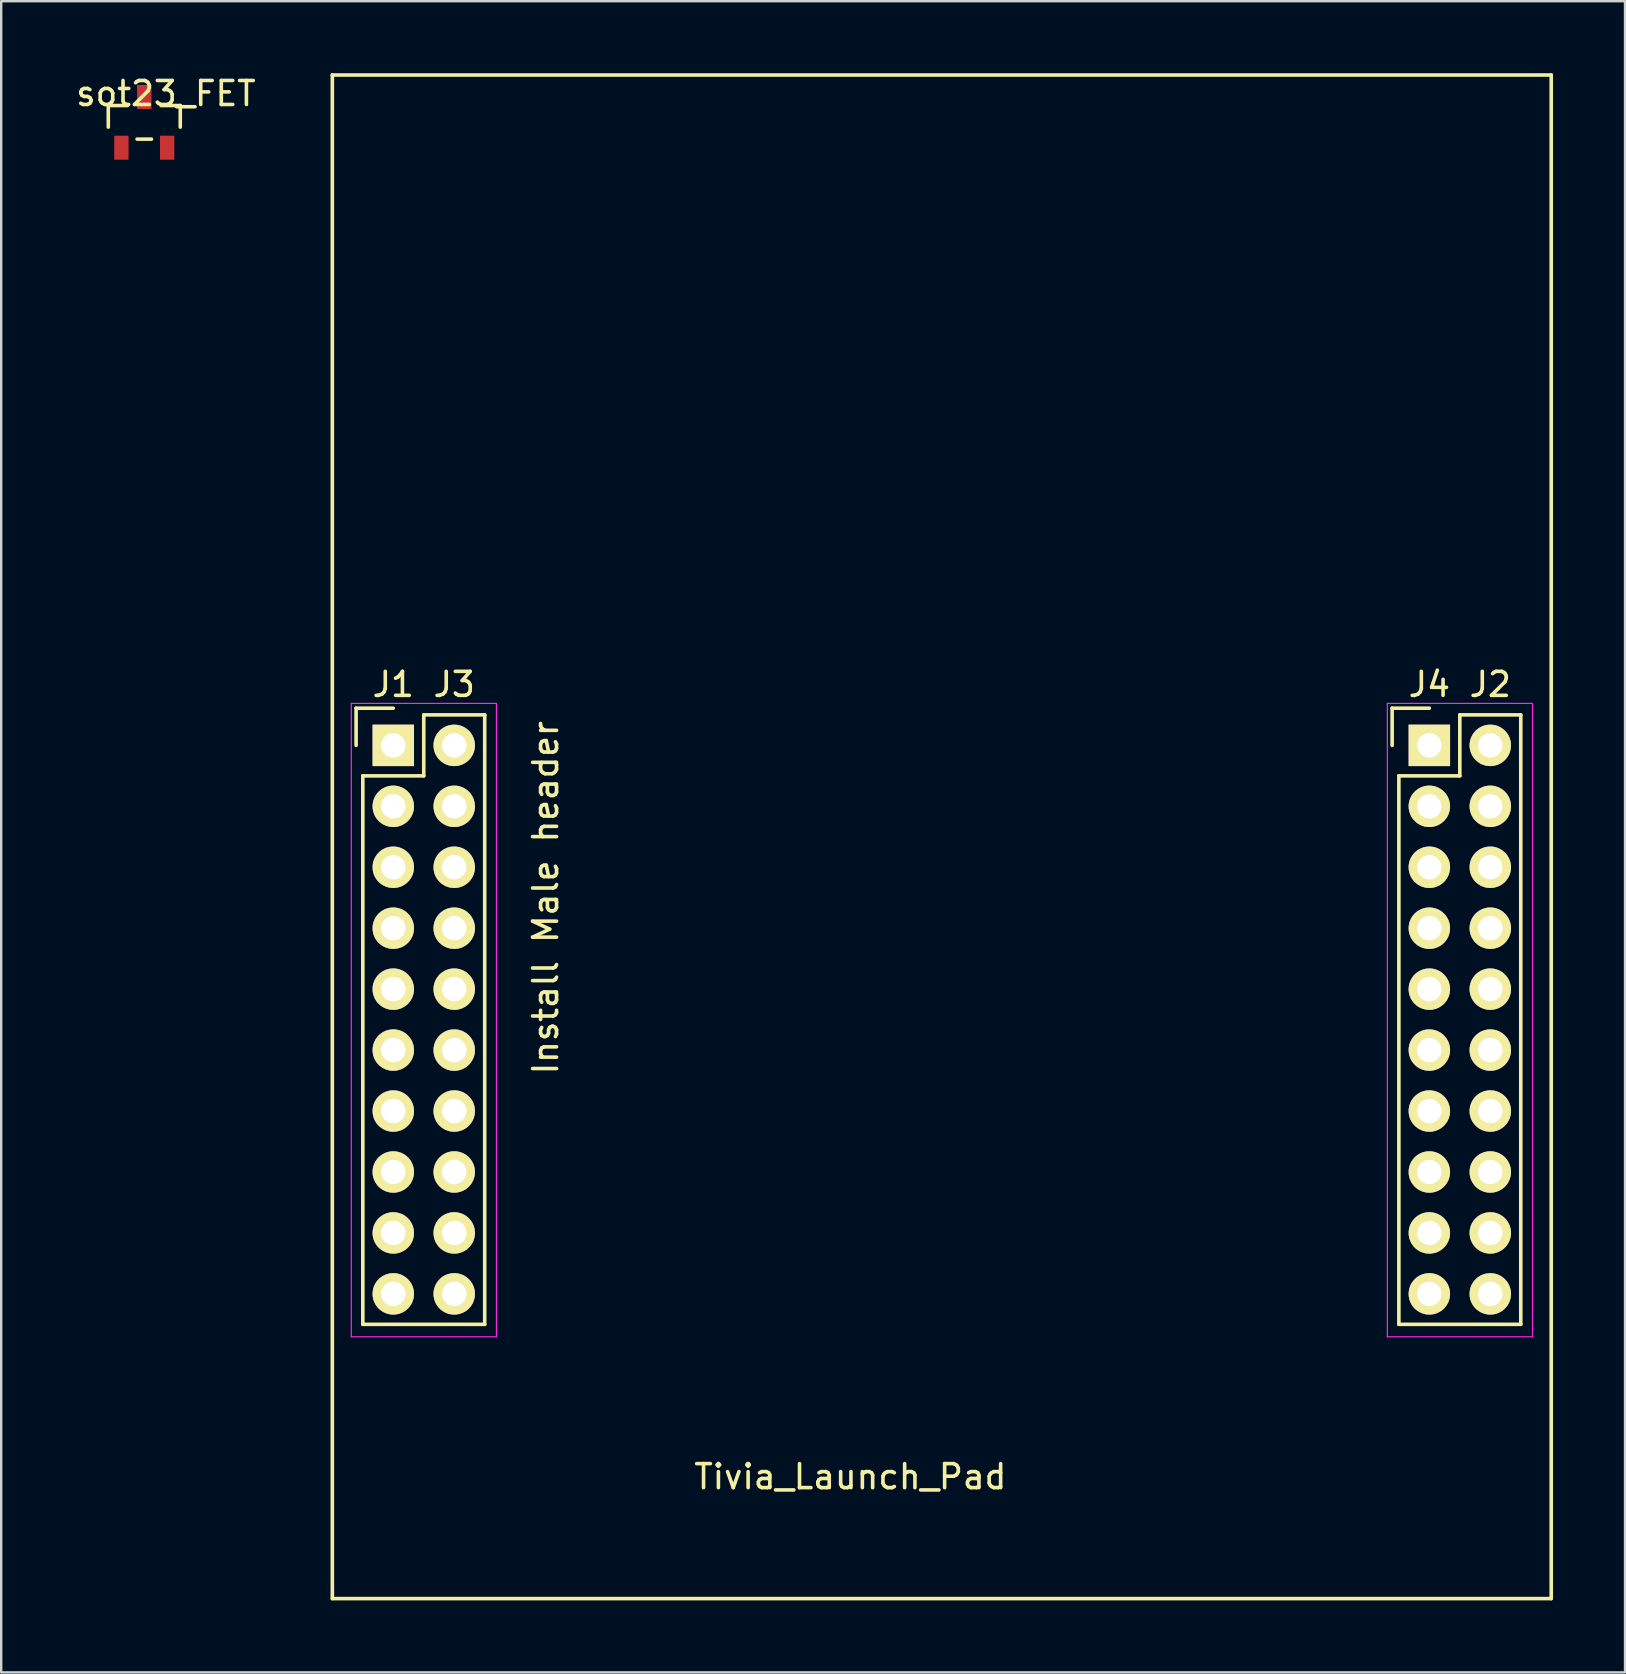
<source format=kicad_pcb>
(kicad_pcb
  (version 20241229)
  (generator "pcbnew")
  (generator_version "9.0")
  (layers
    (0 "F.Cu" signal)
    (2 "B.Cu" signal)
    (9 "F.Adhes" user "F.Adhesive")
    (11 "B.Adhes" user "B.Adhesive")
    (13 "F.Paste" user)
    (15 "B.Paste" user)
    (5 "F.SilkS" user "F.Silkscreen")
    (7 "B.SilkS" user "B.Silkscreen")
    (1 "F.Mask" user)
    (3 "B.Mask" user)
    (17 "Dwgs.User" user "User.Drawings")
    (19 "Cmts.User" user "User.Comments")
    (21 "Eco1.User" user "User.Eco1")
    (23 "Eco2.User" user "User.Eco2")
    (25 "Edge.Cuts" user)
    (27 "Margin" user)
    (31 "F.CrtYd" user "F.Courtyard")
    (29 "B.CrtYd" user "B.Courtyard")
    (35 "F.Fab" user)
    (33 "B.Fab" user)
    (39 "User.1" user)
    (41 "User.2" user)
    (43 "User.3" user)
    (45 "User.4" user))
  (footprint "sot23_FET"
    (layer "F.Cu")
    (at 2.963 2.048)
    (property "Reference" "sot23_FET" (at 0.9 -1.2 0) (layer "F.SilkS") (effects (font (size 1 1) (thickness 0.15))))
    (attr smd)
    (fp_line (start -1.5 -0.7) (end -0.7 -0.7) (stroke (width 0.15) (type solid)) (layer "F.SilkS"))
    (fp_line (start -1.5 0.2) (end -1.5 -0.7) (stroke (width 0.15) (type solid)) (layer "F.SilkS"))
    (fp_line (start 0.3 0.7) (end -0.3 0.7) (stroke (width 0.15) (type solid)) (layer "F.SilkS"))
    (fp_line (start 1.5 -0.7) (end 0.7 -0.7) (stroke (width 0.15) (type solid)) (layer "F.SilkS"))
    (fp_line (start 1.5 0.2) (end 1.5 -0.7) (stroke (width 0.15) (type solid)) (layer "F.SilkS"))
    (pad "D" smd rect (at 0 -1.057) (size 0.599 1.001) (layers "F.Cu" "F.Mask" "F.Paste"))
    (pad "G" smd rect (at -0.953 1.057) (size 0.599 1.001) (layers "F.Cu" "F.Mask" "F.Paste"))
    (pad "S" smd rect (at 0.953 1.057) (size 0.599 1.001) (layers "F.Cu" "F.Mask" "F.Paste")))
  (footprint "Tivia_Launch_Pad"
    (layer "F.Cu")
    (at 13.341 50.875)
    (property "Reference" "Tivia_Launch_Pad" (at 19.05 7.62 0) (layer "F.SilkS") (effects (font (size 1 1) (thickness 0.15))))
    (attr through_hole)
    (fp_line (start -2.54 -50.8) (end -2.54 12.7) (stroke (width 0.15) (type solid)) (layer "F.SilkS"))
    (fp_line (start -2.54 12.7) (end 48.26 12.7) (stroke (width 0.15) (type solid)) (layer "F.SilkS"))
    (fp_line (start -1.55 -24.41) (end -1.55 -22.86) (stroke (width 0.15) (type solid)) (layer "F.SilkS"))
    (fp_line (start -1.27 -21.59) (end -1.27 1.27) (stroke (width 0.15) (type solid)) (layer "F.SilkS"))
    (fp_line (start 0 -24.41) (end -1.55 -24.41) (stroke (width 0.15) (type solid)) (layer "F.SilkS"))
    (fp_line (start 1.27 -24.13) (end 1.27 -21.59) (stroke (width 0.15) (type solid)) (layer "F.SilkS"))
    (fp_line (start 1.27 -21.59) (end -1.27 -21.59) (stroke (width 0.15) (type solid)) (layer "F.SilkS"))
    (fp_line (start 3.81 -24.13) (end 1.27 -24.13) (stroke (width 0.15) (type solid)) (layer "F.SilkS"))
    (fp_line (start 3.81 1.27) (end -1.27 1.27) (stroke (width 0.15) (type solid)) (layer "F.SilkS"))
    (fp_line (start 3.81 1.27) (end 3.81 -24.13) (stroke (width 0.15) (type solid)) (layer "F.SilkS"))
    (fp_line (start 41.63 -24.41) (end 41.63 -22.86) (stroke (width 0.15) (type solid)) (layer "F.SilkS"))
    (fp_line (start 41.91 -21.59) (end 41.91 1.27) (stroke (width 0.15) (type solid)) (layer "F.SilkS"))
    (fp_line (start 43.18 -24.41) (end 41.63 -24.41) (stroke (width 0.15) (type solid)) (layer "F.SilkS"))
    (fp_line (start 44.45 -24.13) (end 44.45 -21.59) (stroke (width 0.15) (type solid)) (layer "F.SilkS"))
    (fp_line (start 44.45 -21.59) (end 41.91 -21.59) (stroke (width 0.15) (type solid)) (layer "F.SilkS"))
    (fp_line (start 46.99 -24.13) (end 44.45 -24.13) (stroke (width 0.15) (type solid)) (layer "F.SilkS"))
    (fp_line (start 46.99 1.27) (end 41.91 1.27) (stroke (width 0.15) (type solid)) (layer "F.SilkS"))
    (fp_line (start 46.99 1.27) (end 46.99 -24.13) (stroke (width 0.15) (type solid)) (layer "F.SilkS"))
    (fp_line (start 48.26 -50.8) (end -2.54 -50.8) (stroke (width 0.15) (type solid)) (layer "F.SilkS"))
    (fp_line (start 48.26 12.7) (end 48.26 -50.8) (stroke (width 0.15) (type solid)) (layer "F.SilkS"))
    (fp_line (start -1.75 -24.61) (end -1.75 1.79) (stroke (width 0.05) (type solid)) (layer "F.CrtYd"))
    (fp_line (start -1.75 -24.61) (end 4.3 -24.61) (stroke (width 0.05) (type solid)) (layer "F.CrtYd"))
    (fp_line (start -1.75 1.79) (end 4.3 1.79) (stroke (width 0.05) (type solid)) (layer "F.CrtYd"))
    (fp_line (start 4.3 -24.61) (end 4.3 1.79) (stroke (width 0.05) (type solid)) (layer "F.CrtYd"))
    (fp_line (start 41.43 -24.61) (end 41.43 1.79) (stroke (width 0.05) (type solid)) (layer "F.CrtYd"))
    (fp_line (start 41.43 -24.61) (end 47.48 -24.61) (stroke (width 0.05) (type solid)) (layer "F.CrtYd"))
    (fp_line (start 41.43 1.79) (end 47.48 1.79) (stroke (width 0.05) (type solid)) (layer "F.CrtYd"))
    (fp_line (start 47.48 -24.61) (end 47.48 1.79) (stroke (width 0.05) (type solid)) (layer "F.CrtYd"))
    (fp_text user "J1" (at 0 -25.4 0) (layer "F.SilkS") (effects (font (size 1 1) (thickness 0.15))))
    (fp_text user "J4" (at 43.18 -25.4 0) (layer "F.SilkS") (effects (font (size 1 1) (thickness 0.15))))
    (fp_text user "J3" (at 2.54 -25.4 0) (layer "F.SilkS") (effects (font (size 1 1) (thickness 0.15))))
    (fp_text user "J2" (at 45.72 -25.4 0) (layer "F.SilkS") (effects (font (size 1 1) (thickness 0.15))))
    (fp_text user "Install Male header" (at 6.35 -16.51 90) (layer "F.SilkS") (effects (font (size 1 1) (thickness 0.15))))
    (pad "1" thru_hole rect (at 0 -22.86) (size 1.727 1.727) (drill 1.016) (layers "*.Cu" "*.Mask" "F.SilkS"))
    (pad "2" thru_hole oval (at 0 -20.32) (size 1.727 1.727) (drill 1.016) (layers "*.Cu" "*.Mask" "F.SilkS"))
    (pad "3" thru_hole oval (at 0 -17.78) (size 1.727 1.727) (drill 1.016) (layers "*.Cu" "*.Mask" "F.SilkS"))
    (pad "4" thru_hole oval (at 0 -15.24) (size 1.727 1.727) (drill 1.016) (layers "*.Cu" "*.Mask" "F.SilkS"))
    (pad "5" thru_hole oval (at 0 -12.7) (size 1.727 1.727) (drill 1.016) (layers "*.Cu" "*.Mask" "F.SilkS"))
    (pad "6" thru_hole oval (at 0 -10.16) (size 1.727 1.727) (drill 1.016) (layers "*.Cu" "*.Mask" "F.SilkS"))
    (pad "7" thru_hole oval (at 0 -7.62) (size 1.727 1.727) (drill 1.016) (layers "*.Cu" "*.Mask" "F.SilkS"))
    (pad "8" thru_hole oval (at 0 -5.08) (size 1.727 1.727) (drill 1.016) (layers "*.Cu" "*.Mask" "F.SilkS"))
    (pad "9" thru_hole oval (at 0 -2.54) (size 1.727 1.727) (drill 1.016) (layers "*.Cu" "*.Mask" "F.SilkS"))
    (pad "10" thru_hole oval (at 0 0) (size 1.727 1.727) (drill 1.016) (layers "*.Cu" "*.Mask" "F.SilkS"))
    (pad "11" thru_hole oval (at 45.72 -22.86) (size 1.727 1.727) (drill 1.016) (layers "*.Cu" "*.Mask" "F.SilkS"))
    (pad "12" thru_hole oval (at 45.72 -20.32) (size 1.727 1.727) (drill 1.016) (layers "*.Cu" "*.Mask" "F.SilkS"))
    (pad "13" thru_hole oval (at 45.72 -17.78) (size 1.727 1.727) (drill 1.016) (layers "*.Cu" "*.Mask" "F.SilkS"))
    (pad "14" thru_hole oval (at 45.72 -15.24) (size 1.727 1.727) (drill 1.016) (layers "*.Cu" "*.Mask" "F.SilkS"))
    (pad "15" thru_hole oval (at 45.72 -12.7) (size 1.727 1.727) (drill 1.016) (layers "*.Cu" "*.Mask" "F.SilkS"))
    (pad "16" thru_hole oval (at 45.72 -10.16) (size 1.727 1.727) (drill 1.016) (layers "*.Cu" "*.Mask" "F.SilkS"))
    (pad "17" thru_hole oval (at 45.72 -7.62) (size 1.727 1.727) (drill 1.016) (layers "*.Cu" "*.Mask" "F.SilkS"))
    (pad "18" thru_hole oval (at 45.72 -5.08) (size 1.727 1.727) (drill 1.016) (layers "*.Cu" "*.Mask" "F.SilkS"))
    (pad "19" thru_hole oval (at 45.72 -2.54) (size 1.727 1.727) (drill 1.016) (layers "*.Cu" "*.Mask" "F.SilkS"))
    (pad "20" thru_hole oval (at 45.72 0) (size 1.727 1.727) (drill 1.016) (layers "*.Cu" "*.Mask" "F.SilkS"))
    (pad "21" thru_hole oval (at 2.54 -22.86) (size 1.727 1.727) (drill 1.016) (layers "*.Cu" "*.Mask" "F.SilkS"))
    (pad "22" thru_hole oval (at 2.54 -20.32) (size 1.727 1.727) (drill 1.016) (layers "*.Cu" "*.Mask" "F.SilkS"))
    (pad "23" thru_hole oval (at 2.54 -17.78) (size 1.727 1.727) (drill 1.016) (layers "*.Cu" "*.Mask" "F.SilkS"))
    (pad "24" thru_hole oval (at 2.54 -15.24) (size 1.727 1.727) (drill 1.016) (layers "*.Cu" "*.Mask" "F.SilkS"))
    (pad "25" thru_hole oval (at 2.54 -12.7) (size 1.727 1.727) (drill 1.016) (layers "*.Cu" "*.Mask" "F.SilkS"))
    (pad "26" thru_hole oval (at 2.54 -10.16) (size 1.727 1.727) (drill 1.016) (layers "*.Cu" "*.Mask" "F.SilkS"))
    (pad "27" thru_hole oval (at 2.54 -7.62) (size 1.727 1.727) (drill 1.016) (layers "*.Cu" "*.Mask" "F.SilkS"))
    (pad "28" thru_hole oval (at 2.54 -5.08) (size 1.727 1.727) (drill 1.016) (layers "*.Cu" "*.Mask" "F.SilkS"))
    (pad "29" thru_hole oval (at 2.54 -2.54) (size 1.727 1.727) (drill 1.016) (layers "*.Cu" "*.Mask" "F.SilkS"))
    (pad "30" thru_hole oval (at 2.54 0) (size 1.727 1.727) (drill 1.016) (layers "*.Cu" "*.Mask" "F.SilkS"))
    (pad "31" thru_hole rect (at 43.18 -22.86) (size 1.727 1.727) (drill 1.016) (layers "*.Cu" "*.Mask" "F.SilkS"))
    (pad "32" thru_hole oval (at 43.18 -20.32) (size 1.727 1.727) (drill 1.016) (layers "*.Cu" "*.Mask" "F.SilkS"))
    (pad "33" thru_hole oval (at 43.18 -17.78) (size 1.727 1.727) (drill 1.016) (layers "*.Cu" "*.Mask" "F.SilkS"))
    (pad "34" thru_hole oval (at 43.18 -15.24) (size 1.727 1.727) (drill 1.016) (layers "*.Cu" "*.Mask" "F.SilkS"))
    (pad "35" thru_hole oval (at 43.18 -12.7) (size 1.727 1.727) (drill 1.016) (layers "*.Cu" "*.Mask" "F.SilkS"))
    (pad "36" thru_hole oval (at 43.18 -10.16) (size 1.727 1.727) (drill 1.016) (layers "*.Cu" "*.Mask" "F.SilkS"))
    (pad "37" thru_hole oval (at 43.18 -7.62) (size 1.727 1.727) (drill 1.016) (layers "*.Cu" "*.Mask" "F.SilkS"))
    (pad "38" thru_hole oval (at 43.18 -5.08) (size 1.727 1.727) (drill 1.016) (layers "*.Cu" "*.Mask" "F.SilkS"))
    (pad "39" thru_hole oval (at 43.18 -2.54) (size 1.727 1.727) (drill 1.016) (layers "*.Cu" "*.Mask" "F.SilkS"))
    (pad "40" thru_hole oval (at 43.18 0) (size 1.727 1.727) (drill 1.016) (layers "*.Cu" "*.Mask" "F.SilkS")))
  (gr_rect
    (start -3 -3)
    (end 64.676 66.65)
    (stroke (width 0.1) (type default))
    (fill no)
    (layer "Edge.Cuts")))
</source>
